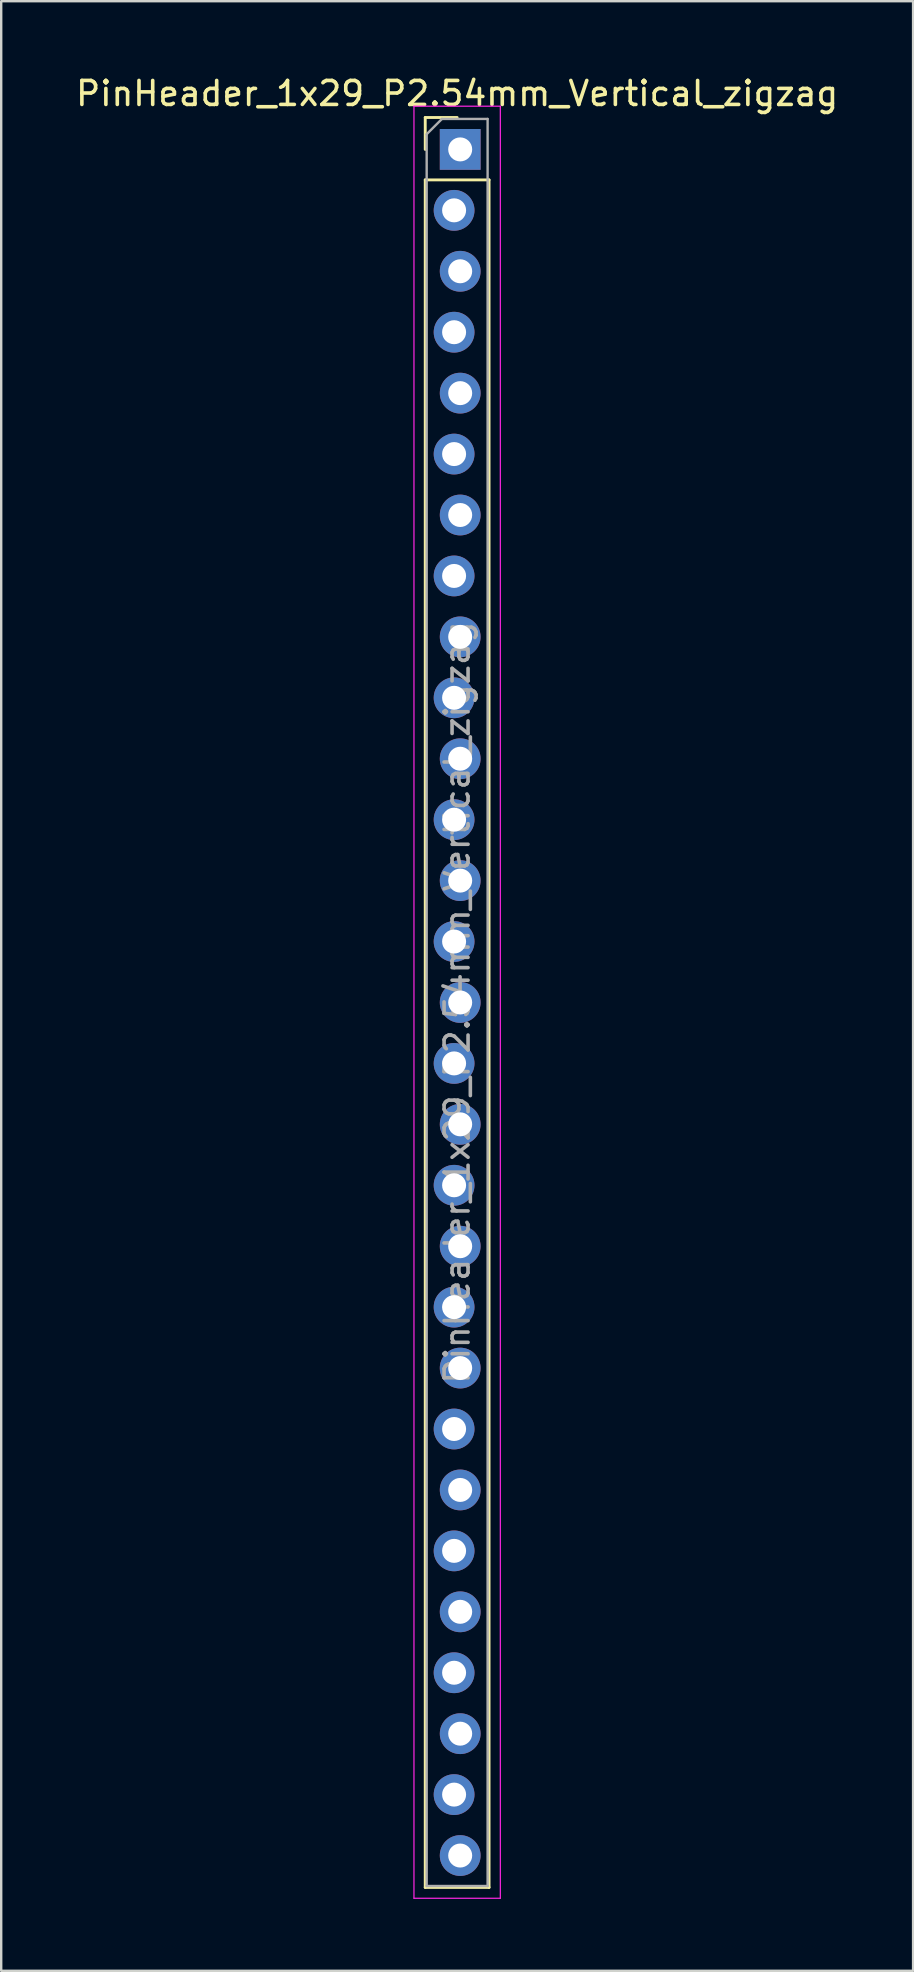
<source format=kicad_pcb>
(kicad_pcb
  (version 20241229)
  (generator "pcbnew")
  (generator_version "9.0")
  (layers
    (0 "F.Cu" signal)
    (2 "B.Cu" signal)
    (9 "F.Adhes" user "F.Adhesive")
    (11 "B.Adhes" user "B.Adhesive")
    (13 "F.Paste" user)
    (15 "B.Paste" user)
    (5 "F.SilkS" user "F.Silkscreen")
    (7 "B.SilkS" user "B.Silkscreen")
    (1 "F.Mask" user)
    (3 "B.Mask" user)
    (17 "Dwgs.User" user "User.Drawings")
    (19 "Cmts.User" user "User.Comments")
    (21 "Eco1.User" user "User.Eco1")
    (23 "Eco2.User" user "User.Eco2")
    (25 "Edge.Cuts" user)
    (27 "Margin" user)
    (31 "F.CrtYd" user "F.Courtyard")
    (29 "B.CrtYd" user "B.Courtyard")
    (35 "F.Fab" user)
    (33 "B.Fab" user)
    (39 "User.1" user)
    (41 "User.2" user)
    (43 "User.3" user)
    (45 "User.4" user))
  (footprint "PinHeader_1x29_P2.54mm_Vertical_zigzag"
    (layer "F.Cu")
    (at 16.006 3.178)
    (property "Reference" "PinHeader_1x29_P2.54mm_Vertical_zigzag" (at 0 -2.33 0) (layer "F.SilkS") (effects (font (size 1 1) (thickness 0.15))))
    (attr through_hole)
    (fp_line (start -1.33 -1.33) (end 0 -1.33) (stroke (width 0.12) (type solid)) (layer "F.SilkS"))
    (fp_line (start -1.33 0) (end -1.33 -1.33) (stroke (width 0.12) (type solid)) (layer "F.SilkS"))
    (fp_line (start -1.33 1.27) (end -1.33 72.45) (stroke (width 0.12) (type solid)) (layer "F.SilkS"))
    (fp_line (start -1.33 1.27) (end 1.33 1.27) (stroke (width 0.12) (type solid)) (layer "F.SilkS"))
    (fp_line (start -1.33 72.45) (end 1.33 72.45) (stroke (width 0.12) (type solid)) (layer "F.SilkS"))
    (fp_line (start 1.33 1.27) (end 1.33 72.45) (stroke (width 0.12) (type solid)) (layer "F.SilkS"))
    (fp_line (start -1.8 -1.8) (end -1.8 72.9) (stroke (width 0.05) (type solid)) (layer "F.CrtYd"))
    (fp_line (start -1.8 72.9) (end 1.8 72.9) (stroke (width 0.05) (type solid)) (layer "F.CrtYd"))
    (fp_line (start 1.8 -1.8) (end -1.8 -1.8) (stroke (width 0.05) (type solid)) (layer "F.CrtYd"))
    (fp_line (start 1.8 72.9) (end 1.8 -1.8) (stroke (width 0.05) (type solid)) (layer "F.CrtYd"))
    (fp_line (start -1.27 -0.635) (end -0.635 -1.27) (stroke (width 0.1) (type solid)) (layer "F.Fab"))
    (fp_line (start -1.27 72.39) (end -1.27 -0.635) (stroke (width 0.1) (type solid)) (layer "F.Fab"))
    (fp_line (start -0.635 -1.27) (end 1.27 -1.27) (stroke (width 0.1) (type solid)) (layer "F.Fab"))
    (fp_line (start 1.27 -1.27) (end 1.27 72.39) (stroke (width 0.1) (type solid)) (layer "F.Fab"))
    (fp_line (start 1.27 72.39) (end -1.27 72.39) (stroke (width 0.1) (type solid)) (layer "F.Fab"))
    (fp_text user "${REFERENCE}" (at 0 35.56 90) (layer "F.Fab") (effects (font (size 1 1) (thickness 0.15))))
    (pad "1" thru_hole rect (at 0.127 0) (size 1.7 1.7) (drill 1) (layers "*.Cu" "*.Mask"))
    (pad "2" thru_hole oval (at -0.127 2.54) (size 1.7 1.7) (drill 1) (layers "*.Cu" "*.Mask"))
    (pad "3" thru_hole oval (at 0.127 5.08) (size 1.7 1.7) (drill 1) (layers "*.Cu" "*.Mask"))
    (pad "4" thru_hole oval (at -0.127 7.62) (size 1.7 1.7) (drill 1) (layers "*.Cu" "*.Mask"))
    (pad "5" thru_hole oval (at 0.127 10.16) (size 1.7 1.7) (drill 1) (layers "*.Cu" "*.Mask"))
    (pad "6" thru_hole oval (at -0.127 12.7) (size 1.7 1.7) (drill 1) (layers "*.Cu" "*.Mask"))
    (pad "7" thru_hole oval (at 0.127 15.24) (size 1.7 1.7) (drill 1) (layers "*.Cu" "*.Mask"))
    (pad "8" thru_hole oval (at -0.127 17.78) (size 1.7 1.7) (drill 1) (layers "*.Cu" "*.Mask"))
    (pad "9" thru_hole oval (at 0.127 20.32) (size 1.7 1.7) (drill 1) (layers "*.Cu" "*.Mask"))
    (pad "10" thru_hole oval (at -0.127 22.86) (size 1.7 1.7) (drill 1) (layers "*.Cu" "*.Mask"))
    (pad "11" thru_hole oval (at 0.127 25.4) (size 1.7 1.7) (drill 1) (layers "*.Cu" "*.Mask"))
    (pad "12" thru_hole oval (at -0.127 27.94) (size 1.7 1.7) (drill 1) (layers "*.Cu" "*.Mask"))
    (pad "13" thru_hole oval (at 0.127 30.48) (size 1.7 1.7) (drill 1) (layers "*.Cu" "*.Mask"))
    (pad "14" thru_hole oval (at -0.127 33.02) (size 1.7 1.7) (drill 1) (layers "*.Cu" "*.Mask"))
    (pad "15" thru_hole oval (at 0.127 35.56) (size 1.7 1.7) (drill 1) (layers "*.Cu" "*.Mask"))
    (pad "16" thru_hole oval (at -0.127 38.1) (size 1.7 1.7) (drill 1) (layers "*.Cu" "*.Mask"))
    (pad "17" thru_hole oval (at 0.127 40.64) (size 1.7 1.7) (drill 1) (layers "*.Cu" "*.Mask"))
    (pad "18" thru_hole oval (at -0.127 43.18) (size 1.7 1.7) (drill 1) (layers "*.Cu" "*.Mask"))
    (pad "19" thru_hole oval (at 0.127 45.72) (size 1.7 1.7) (drill 1) (layers "*.Cu" "*.Mask"))
    (pad "20" thru_hole oval (at -0.127 48.26) (size 1.7 1.7) (drill 1) (layers "*.Cu" "*.Mask"))
    (pad "21" thru_hole oval (at 0.127 50.8) (size 1.7 1.7) (drill 1) (layers "*.Cu" "*.Mask"))
    (pad "22" thru_hole oval (at -0.127 53.34) (size 1.7 1.7) (drill 1) (layers "*.Cu" "*.Mask"))
    (pad "23" thru_hole oval (at 0.127 55.88) (size 1.7 1.7) (drill 1) (layers "*.Cu" "*.Mask"))
    (pad "24" thru_hole oval (at -0.127 58.42) (size 1.7 1.7) (drill 1) (layers "*.Cu" "*.Mask"))
    (pad "25" thru_hole oval (at 0.127 60.96) (size 1.7 1.7) (drill 1) (layers "*.Cu" "*.Mask"))
    (pad "26" thru_hole oval (at -0.127 63.5) (size 1.7 1.7) (drill 1) (layers "*.Cu" "*.Mask"))
    (pad "27" thru_hole oval (at 0.127 66.04) (size 1.7 1.7) (drill 1) (layers "*.Cu" "*.Mask"))
    (pad "28" thru_hole oval (at -0.127 68.58) (size 1.7 1.7) (drill 1) (layers "*.Cu" "*.Mask"))
    (pad "29" thru_hole oval (at 0.127 71.12) (size 1.7 1.7) (drill 1) (layers "*.Cu" "*.Mask")))
  (gr_rect
    (start -3 -3)
    (end 35.012 79.103)
    (stroke (width 0.1) (type default))
    (fill no)
    (layer "Edge.Cuts")))
</source>
